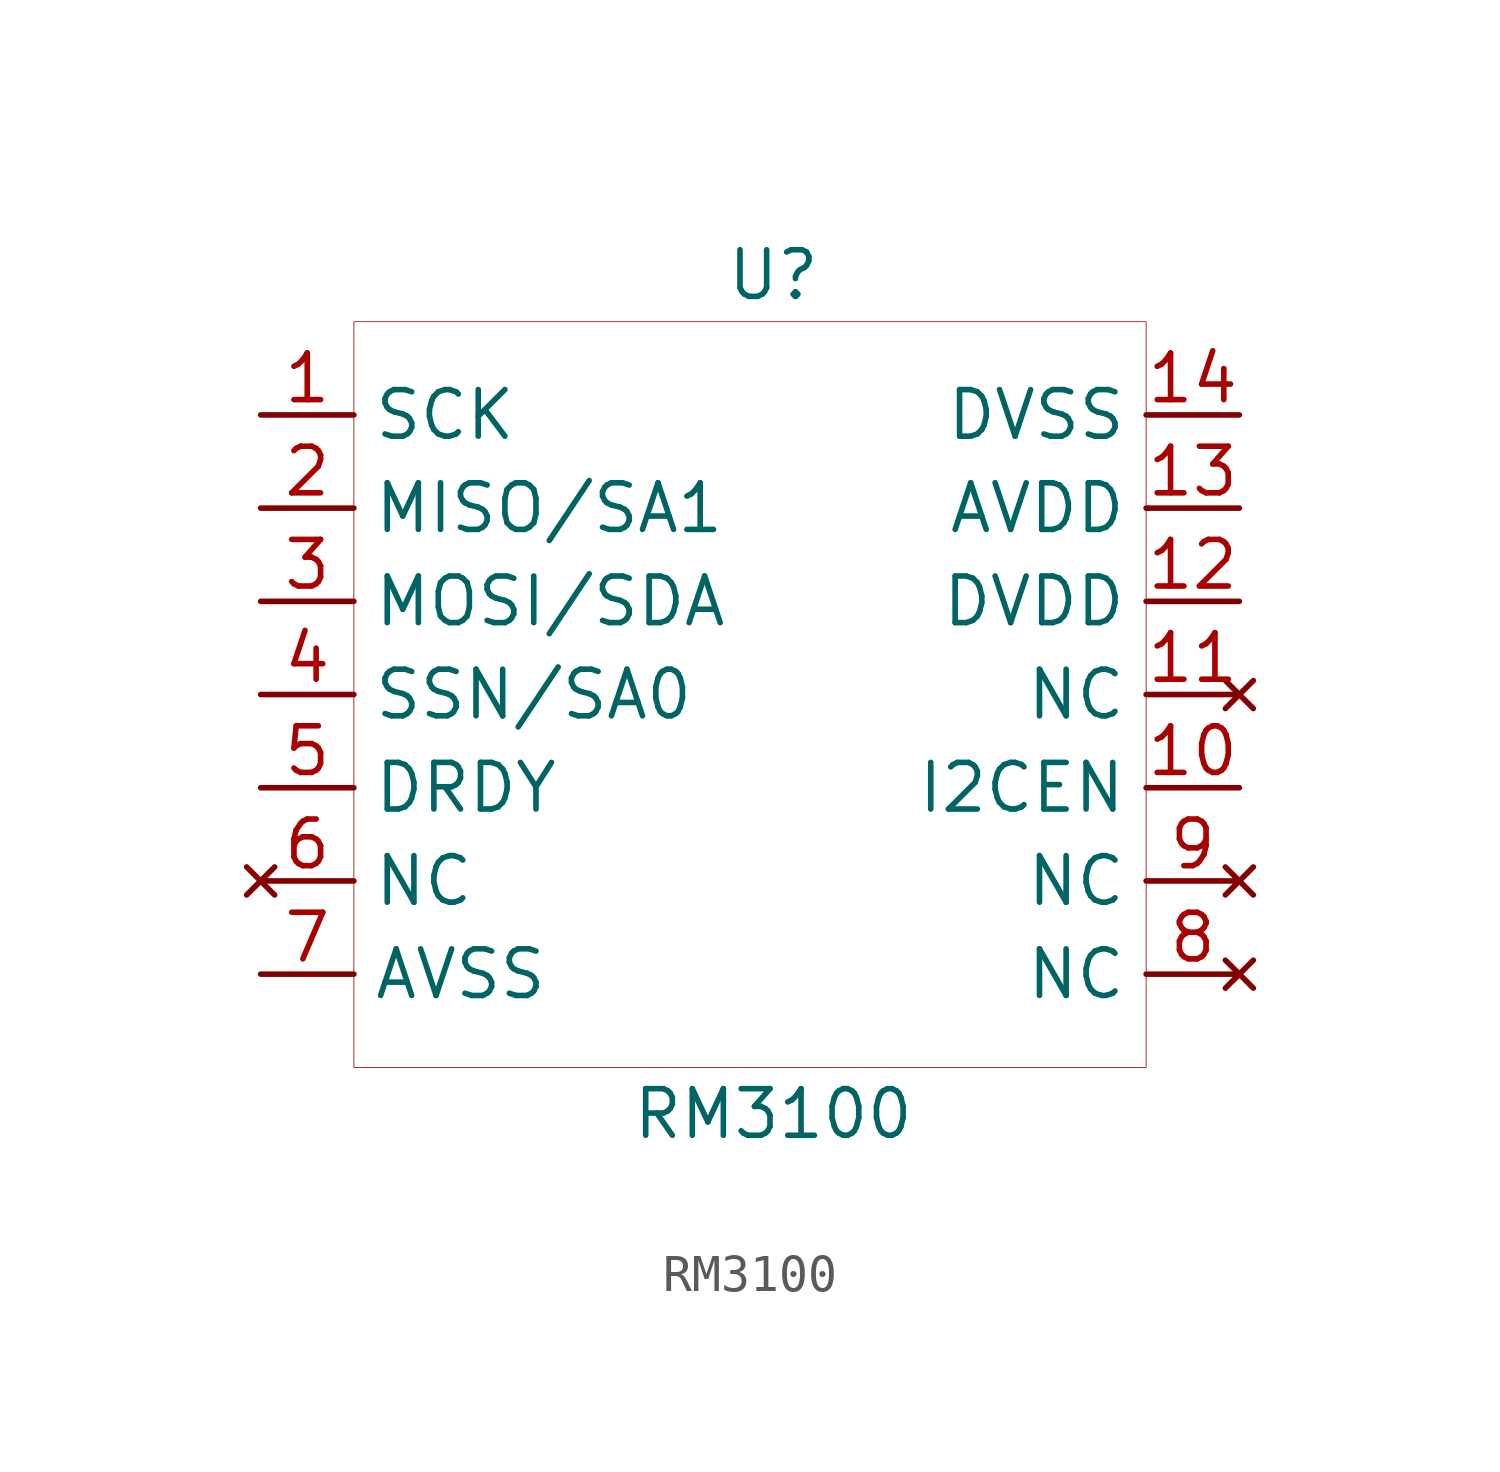
<source format=kicad_sym>
(kicad_symbol_lib
  (version 20200126)
  (host kicad_symbol_editor "5.99.0-unknown-57e35c9~88~ubuntu19.10.1")
  (symbol "sensor:RM3100"
    (property "Reference" "U"
      (at 0 11.43 0)
      (effects (font (size 1.27 1.27))))
    (property "Value" "RM3100"
      (at 0 -11.43 0)
      (effects (font (size 1.27 1.27))))
    (symbol "RM3100_0_1"
      (rectangle (start -11.43 10.16) (end 10.16 -10.16) (stroke (width 0.001)) (fill (type none))))
    (symbol "RM3100_1_1"
      (pin input line (at -13.97 7.62 0) (length 2.54) (name "SCK" (effects (font (size 1.27 1.27)))) (number "1" (effects (font (size 1.27 1.27)))))
      (pin output line (at -13.97 5.08 0) (length 2.54) (name "MISO/SA1" (effects (font (size 1.27 1.27)))) (number "2" (effects (font (size 1.27 1.27)))))
      (pin input line (at -13.97 2.54 0) (length 2.54) (name "MOSI/SDA" (effects (font (size 1.27 1.27)))) (number "3" (effects (font (size 1.27 1.27)))))
      (pin input line (at -13.97 0 0) (length 2.54) (name "SSN/SA0" (effects (font (size 1.27 1.27)))) (number "4" (effects (font (size 1.27 1.27)))))
      (pin output line (at -13.97 -2.54 0) (length 2.54) (name "DRDY" (effects (font (size 1.27 1.27)))) (number "5" (effects (font (size 1.27 1.27)))))
      (pin input line (at -13.97 -7.62 0) (length 2.54) (name "AVSS" (effects (font (size 1.27 1.27)))) (number "7" (effects (font (size 1.27 1.27)))))
      (pin input line (at 12.7 -2.54 180) (length 2.54) (name "I2CEN" (effects (font (size 1.27 1.27)))) (number "10" (effects (font (size 1.27 1.27)))))
      (pin input line (at 12.7 2.54 180) (length 2.54) (name "DVDD" (effects (font (size 1.27 1.27)))) (number "12" (effects (font (size 1.27 1.27)))))
      (pin input line (at 12.7 5.08 180) (length 2.54) (name "AVDD" (effects (font (size 1.27 1.27)))) (number "13" (effects (font (size 1.27 1.27)))))
      (pin input line (at 12.7 7.62 180) (length 2.54) (name "DVSS" (effects (font (size 1.27 1.27)))) (number "14" (effects (font (size 1.27 1.27)))))
      (pin unconnected line (at -13.97 -5.08 0) (length 2.54) (name "NC" (effects (font (size 1.27 1.27)))) (number "6" (effects (font (size 1.27 1.27)))))
      (pin unconnected line (at 12.7 -7.62 180) (length 2.54) (name "NC" (effects (font (size 1.27 1.27)))) (number "8" (effects (font (size 1.27 1.27)))))
      (pin unconnected line (at 12.7 -5.08 180) (length 2.54) (name "NC" (effects (font (size 1.27 1.27)))) (number "9" (effects (font (size 1.27 1.27)))))
      (pin unconnected line (at 12.7 0 180) (length 2.54) (name "NC" (effects (font (size 1.27 1.27)))) (number "11" (effects (font (size 1.27 1.27))))))))
</source>
